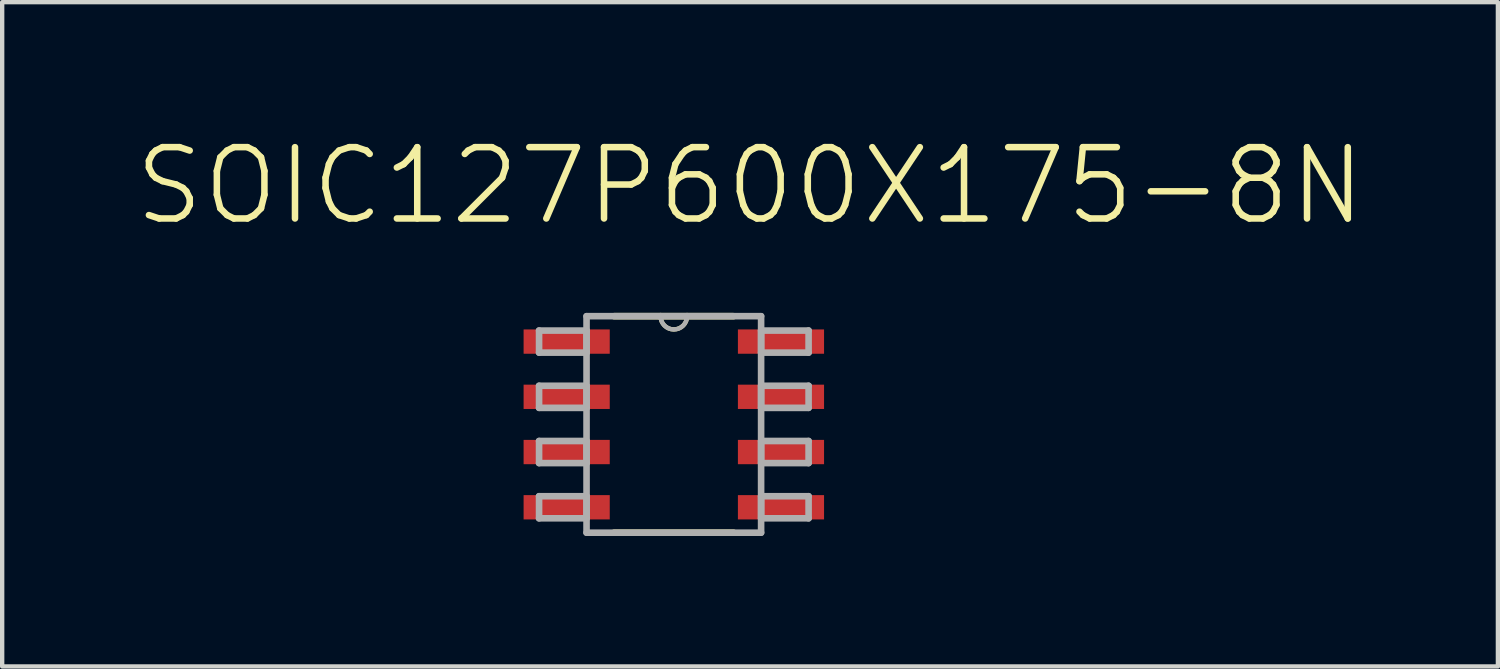
<source format=kicad_pcb>
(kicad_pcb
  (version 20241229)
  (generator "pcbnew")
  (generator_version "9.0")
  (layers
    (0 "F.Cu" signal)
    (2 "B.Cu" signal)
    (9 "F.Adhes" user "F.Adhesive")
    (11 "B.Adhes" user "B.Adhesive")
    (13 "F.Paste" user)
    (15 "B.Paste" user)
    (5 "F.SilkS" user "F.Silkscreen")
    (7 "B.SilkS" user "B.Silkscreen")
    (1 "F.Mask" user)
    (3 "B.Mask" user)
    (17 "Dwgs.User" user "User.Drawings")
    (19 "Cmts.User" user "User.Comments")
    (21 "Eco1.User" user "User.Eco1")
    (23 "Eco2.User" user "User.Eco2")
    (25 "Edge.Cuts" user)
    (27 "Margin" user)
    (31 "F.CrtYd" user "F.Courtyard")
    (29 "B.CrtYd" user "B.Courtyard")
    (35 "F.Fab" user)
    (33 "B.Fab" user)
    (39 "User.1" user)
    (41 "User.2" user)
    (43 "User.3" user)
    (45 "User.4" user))
  (footprint "SOIC127P600X175-8N"
    (layer "F.Cu")
    (at 12.445 6.71)
    (property "Reference" "SOIC127P600X175-8N" (at 1.753 -5.487 0) (layer "F.SilkS") (effects (font (size 1.64 1.64) (thickness 0.15))))
    (attr smd)
    (fp_line (start -1.372 2.489) (end 1.372 2.489) (stroke (width 0.152) (type solid)) (layer "F.SilkS"))
    (fp_line (start -0.305 -2.489) (end -1.372 -2.489) (stroke (width 0.152) (type solid)) (layer "F.SilkS"))
    (fp_line (start 0.305 -2.489) (end -0.305 -2.489) (stroke (width 0.152) (type solid)) (layer "F.SilkS"))
    (fp_line (start 1.372 -2.489) (end 0.305 -2.489) (stroke (width 0.152) (type solid)) (layer "F.SilkS"))
    (fp_arc (start 0.3048 -2.4892) (mid 0 -2.1844) (end -0.3048 -2.4892) (stroke (width 0.1) (type solid)) (layer "F.SilkS"))
    (fp_line (start -3.099 -2.159) (end -3.099 -1.651) (stroke (width 0.152) (type solid)) (layer "F.Fab"))
    (fp_line (start -3.099 -1.651) (end -2.007 -1.651) (stroke (width 0.152) (type solid)) (layer "F.Fab"))
    (fp_line (start -3.099 -0.889) (end -3.099 -0.381) (stroke (width 0.152) (type solid)) (layer "F.Fab"))
    (fp_line (start -3.099 -0.381) (end -2.007 -0.381) (stroke (width 0.152) (type solid)) (layer "F.Fab"))
    (fp_line (start -3.099 0.381) (end -3.099 0.889) (stroke (width 0.152) (type solid)) (layer "F.Fab"))
    (fp_line (start -3.099 0.889) (end -2.007 0.889) (stroke (width 0.152) (type solid)) (layer "F.Fab"))
    (fp_line (start -3.099 1.651) (end -3.099 2.159) (stroke (width 0.152) (type solid)) (layer "F.Fab"))
    (fp_line (start -3.099 2.159) (end -2.007 2.159) (stroke (width 0.152) (type solid)) (layer "F.Fab"))
    (fp_line (start -2.007 -2.489) (end -2.007 2.489) (stroke (width 0.152) (type solid)) (layer "F.Fab"))
    (fp_line (start -2.007 -2.159) (end -3.099 -2.159) (stroke (width 0.152) (type solid)) (layer "F.Fab"))
    (fp_line (start -2.007 -1.651) (end -2.007 -2.159) (stroke (width 0.152) (type solid)) (layer "F.Fab"))
    (fp_line (start -2.007 -0.889) (end -3.099 -0.889) (stroke (width 0.152) (type solid)) (layer "F.Fab"))
    (fp_line (start -2.007 -0.381) (end -2.007 -0.889) (stroke (width 0.152) (type solid)) (layer "F.Fab"))
    (fp_line (start -2.007 0.381) (end -3.099 0.381) (stroke (width 0.152) (type solid)) (layer "F.Fab"))
    (fp_line (start -2.007 0.889) (end -2.007 0.381) (stroke (width 0.152) (type solid)) (layer "F.Fab"))
    (fp_line (start -2.007 1.651) (end -3.099 1.651) (stroke (width 0.152) (type solid)) (layer "F.Fab"))
    (fp_line (start -2.007 2.159) (end -2.007 1.651) (stroke (width 0.152) (type solid)) (layer "F.Fab"))
    (fp_line (start -2.007 2.489) (end 2.007 2.489) (stroke (width 0.152) (type solid)) (layer "F.Fab"))
    (fp_line (start -0.305 -2.489) (end -2.007 -2.489) (stroke (width 0.152) (type solid)) (layer "F.Fab"))
    (fp_line (start 0.305 -2.489) (end -0.305 -2.489) (stroke (width 0.152) (type solid)) (layer "F.Fab"))
    (fp_line (start 2.007 -2.489) (end 0.305 -2.489) (stroke (width 0.152) (type solid)) (layer "F.Fab"))
    (fp_line (start 2.007 -2.159) (end 2.007 -1.651) (stroke (width 0.152) (type solid)) (layer "F.Fab"))
    (fp_line (start 2.007 -1.651) (end 3.099 -1.651) (stroke (width 0.152) (type solid)) (layer "F.Fab"))
    (fp_line (start 2.007 -0.889) (end 2.007 -0.381) (stroke (width 0.152) (type solid)) (layer "F.Fab"))
    (fp_line (start 2.007 -0.381) (end 3.099 -0.381) (stroke (width 0.152) (type solid)) (layer "F.Fab"))
    (fp_line (start 2.007 0.381) (end 2.007 0.889) (stroke (width 0.152) (type solid)) (layer "F.Fab"))
    (fp_line (start 2.007 0.889) (end 3.099 0.889) (stroke (width 0.152) (type solid)) (layer "F.Fab"))
    (fp_line (start 2.007 1.651) (end 2.007 2.159) (stroke (width 0.152) (type solid)) (layer "F.Fab"))
    (fp_line (start 2.007 2.159) (end 3.099 2.159) (stroke (width 0.152) (type solid)) (layer "F.Fab"))
    (fp_line (start 2.007 2.489) (end 2.007 -2.489) (stroke (width 0.152) (type solid)) (layer "F.Fab"))
    (fp_line (start 3.099 -2.159) (end 2.007 -2.159) (stroke (width 0.152) (type solid)) (layer "F.Fab"))
    (fp_line (start 3.099 -1.651) (end 3.099 -2.159) (stroke (width 0.152) (type solid)) (layer "F.Fab"))
    (fp_line (start 3.099 -0.889) (end 2.007 -0.889) (stroke (width 0.152) (type solid)) (layer "F.Fab"))
    (fp_line (start 3.099 -0.381) (end 3.099 -0.889) (stroke (width 0.152) (type solid)) (layer "F.Fab"))
    (fp_line (start 3.099 0.381) (end 2.007 0.381) (stroke (width 0.152) (type solid)) (layer "F.Fab"))
    (fp_line (start 3.099 0.889) (end 3.099 0.381) (stroke (width 0.152) (type solid)) (layer "F.Fab"))
    (fp_line (start 3.099 1.651) (end 2.007 1.651) (stroke (width 0.152) (type solid)) (layer "F.Fab"))
    (fp_line (start 3.099 2.159) (end 3.099 1.651) (stroke (width 0.152) (type solid)) (layer "F.Fab"))
    (fp_arc (start 0.3048 -2.4892) (mid 0 -2.1844) (end -0.3048 -2.4892) (stroke (width 0.1) (type solid)) (layer "F.Fab"))
    (pad "1" smd rect (at -2.464 -1.905) (size 1.981 0.559) (layers "F.Cu" "F.Mask" "F.Paste"))
    (pad "2" smd rect (at -2.464 -0.635) (size 1.981 0.559) (layers "F.Cu" "F.Mask" "F.Paste"))
    (pad "3" smd rect (at -2.464 0.635) (size 1.981 0.559) (layers "F.Cu" "F.Mask" "F.Paste"))
    (pad "4" smd rect (at -2.464 1.905) (size 1.981 0.559) (layers "F.Cu" "F.Mask" "F.Paste"))
    (pad "5" smd rect (at 2.464 1.905) (size 1.981 0.559) (layers "F.Cu" "F.Mask" "F.Paste"))
    (pad "6" smd rect (at 2.464 0.635) (size 1.981 0.559) (layers "F.Cu" "F.Mask" "F.Paste"))
    (pad "7" smd rect (at 2.464 -0.635) (size 1.981 0.559) (layers "F.Cu" "F.Mask" "F.Paste"))
    (pad "8" smd rect (at 2.464 -1.905) (size 1.981 0.559) (layers "F.Cu" "F.Mask" "F.Paste")))
  (gr_rect
    (start -3 -3)
    (end 31.395 12.275)
    (stroke (width 0.1) (type default))
    (fill no)
    (layer "Edge.Cuts")))
</source>
